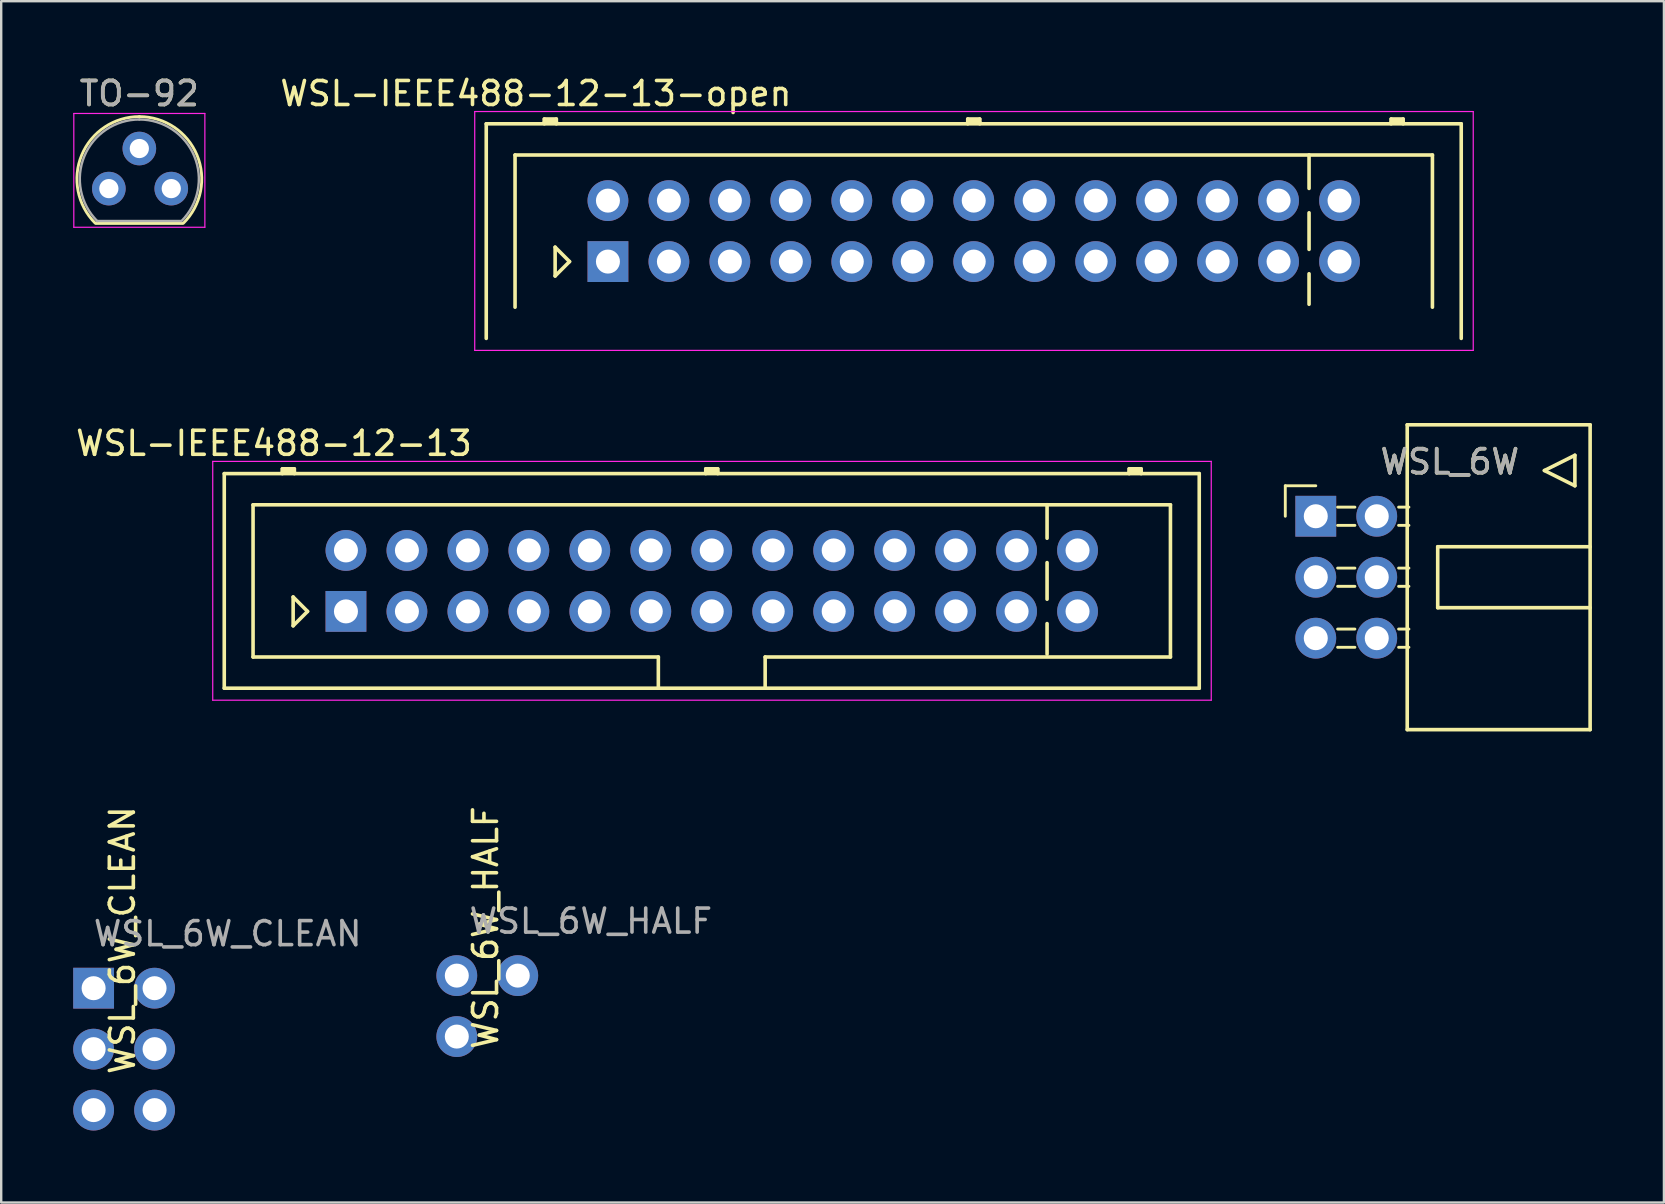
<source format=kicad_pcb>
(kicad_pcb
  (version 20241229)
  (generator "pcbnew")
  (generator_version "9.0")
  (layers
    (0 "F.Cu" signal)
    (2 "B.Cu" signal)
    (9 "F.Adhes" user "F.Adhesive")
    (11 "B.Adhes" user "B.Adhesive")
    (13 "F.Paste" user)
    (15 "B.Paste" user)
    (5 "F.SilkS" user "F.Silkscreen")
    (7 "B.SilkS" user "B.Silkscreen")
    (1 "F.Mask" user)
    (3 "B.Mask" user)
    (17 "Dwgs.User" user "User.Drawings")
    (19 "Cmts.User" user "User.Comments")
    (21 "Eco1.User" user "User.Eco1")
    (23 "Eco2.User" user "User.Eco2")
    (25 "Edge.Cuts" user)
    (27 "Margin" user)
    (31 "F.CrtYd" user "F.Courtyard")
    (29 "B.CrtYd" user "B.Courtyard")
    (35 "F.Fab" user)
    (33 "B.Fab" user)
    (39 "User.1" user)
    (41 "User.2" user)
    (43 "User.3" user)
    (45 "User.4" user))
  (footprint "WSL_6W_CLEAN"
    (layer "F.Cu")
    (at 0.85 38.12)
    (property "Reference" "WSL_6W_CLEAN" (at 1.2 -2 90) (layer "F.SilkS") (effects (font (size 1 1) (thickness 0.15))))
    (attr through_hole)
    (fp_line (start 0 -0.32) (end 0 0.32) (stroke (width 0.1) (type solid)) (layer "F.Fab"))
    (fp_line (start 0 2.22) (end 0 2.86) (stroke (width 0.1) (type solid)) (layer "F.Fab"))
    (fp_line (start 0 4.76) (end 0 5.4) (stroke (width 0.1) (type solid)) (layer "F.Fab"))
    (fp_text user "${REFERENCE}" (at 5.585 -2.27 0) (layer "F.Fab") (effects (font (size 1 1) (thickness 0.15))))
    (pad "1" thru_hole rect (at 0 0) (size 1.7 1.7) (drill 1) (layers "*.Cu" "*.Mask"))
    (pad "2" thru_hole oval (at 2.54 0) (size 1.7 1.7) (drill 1) (layers "*.Cu" "*.Mask"))
    (pad "3" thru_hole oval (at 0 2.54) (size 1.7 1.7) (drill 1) (layers "*.Cu" "*.Mask"))
    (pad "4" thru_hole oval (at 2.54 2.54) (size 1.7 1.7) (drill 1) (layers "*.Cu" "*.Mask"))
    (pad "5" thru_hole oval (at 0 5.08) (size 1.7 1.7) (drill 1) (layers "*.Cu" "*.Mask"))
    (pad "6" thru_hole oval (at 2.54 5.08) (size 1.7 1.7) (drill 1) (layers "*.Cu" "*.Mask")))
  (footprint "TO-92"
    (layer "F.Cu")
    (at 1.485 4.408)
    (property "Reference" "TO-92" (at 1.27 -3.56 0) (layer "F.SilkS") (effects (font (size 1 1) (thickness 0.15))))
    (attr through_hole)
    (fp_line (start -0.53 1.85) (end 3.07 1.85) (stroke (width 0.12) (type solid)) (layer "F.SilkS"))
    (fp_arc (start -0.568478 1.838478) (mid -1.132087 -0.994977) (end 1.27 -2.6) (stroke (width 0.12) (type solid)) (layer "F.SilkS"))
    (fp_arc (start 1.27 -2.6) (mid 3.672087 -0.994977) (end 3.108478 1.838478) (stroke (width 0.12) (type solid)) (layer "F.SilkS"))
    (fp_line (start -1.46 -2.73) (end -1.46 2.01) (stroke (width 0.05) (type solid)) (layer "F.CrtYd"))
    (fp_line (start -1.46 -2.73) (end 4 -2.73) (stroke (width 0.05) (type solid)) (layer "F.CrtYd"))
    (fp_line (start 4 2.01) (end -1.46 2.01) (stroke (width 0.05) (type solid)) (layer "F.CrtYd"))
    (fp_line (start 4 2.01) (end 4 -2.73) (stroke (width 0.05) (type solid)) (layer "F.CrtYd"))
    (fp_line (start -0.5 1.75) (end 3 1.75) (stroke (width 0.1) (type solid)) (layer "F.Fab"))
    (fp_arc (start -0.483625 1.753625) (mid -1.021221 -0.949055) (end 1.27 -2.48) (stroke (width 0.1) (type solid)) (layer "F.Fab"))
    (fp_arc (start 1.27 -2.48) (mid 3.561221 -0.949055) (end 3.023625 1.753625) (stroke (width 0.1) (type solid)) (layer "F.Fab"))
    (fp_text user "${REFERENCE}" (at 1.27 -3.56 0) (layer "F.Fab") (effects (font (size 1 1) (thickness 0.15))))
    (pad "1" thru_hole circle (at 0 0.4 90) (size 1.4 1.4) (drill 0.8) (layers "*.Cu" "*.Mask"))
    (pad "2" thru_hole circle (at 1.27 -1.27 90) (size 1.4 1.4) (drill 0.8) (layers "*.Cu" "*.Mask"))
    (pad "3" thru_hole circle (at 2.6 0.4 90) (size 1.4 1.4) (drill 0.8) (layers "*.Cu" "*.Mask")))
  (footprint "WSL-IEEE488-12-13"
    (layer "F.Cu")
    (at 11.363 22.422)
    (property "Reference" "WSL-IEEE488-12-13" (at -3 -7 0) (layer "F.SilkS") (effects (font (size 1 1) (thickness 0.15))))
    (attr through_hole)
    (fp_line (start -5.07 -5.74) (end 35.55 -5.74) (stroke (width 0.15) (type solid)) (layer "F.SilkS"))
    (fp_line (start -5.07 3.2) (end -5.07 -5.74) (stroke (width 0.15) (type solid)) (layer "F.SilkS"))
    (fp_line (start -3.87 -4.44) (end 34.35 -4.44) (stroke (width 0.15) (type solid)) (layer "F.SilkS"))
    (fp_line (start -3.87 1.9) (end -3.87 -4.44) (stroke (width 0.15) (type solid)) (layer "F.SilkS"))
    (fp_line (start -2.65 -5.94) (end -2.15 -5.94) (stroke (width 0.15) (type solid)) (layer "F.SilkS"))
    (fp_line (start -2.65 -5.84) (end -2.15 -5.84) (stroke (width 0.15) (type solid)) (layer "F.SilkS"))
    (fp_line (start -2.65 -5.74) (end -2.65 -5.94) (stroke (width 0.15) (type solid)) (layer "F.SilkS"))
    (fp_line (start -2.2 -0.6) (end -1.6 0) (stroke (width 0.15) (type solid)) (layer "F.SilkS"))
    (fp_line (start -2.2 0.6) (end -2.2 -0.6) (stroke (width 0.15) (type solid)) (layer "F.SilkS"))
    (fp_line (start -2.15 -5.94) (end -2.15 -5.74) (stroke (width 0.15) (type solid)) (layer "F.SilkS"))
    (fp_line (start -1.6 0) (end -2.2 0.6) (stroke (width 0.15) (type solid)) (layer "F.SilkS"))
    (fp_line (start 13.015 1.9) (end -3.87 1.9) (stroke (width 0.15) (type solid)) (layer "F.SilkS"))
    (fp_line (start 13.015 3.2) (end 13.015 1.9) (stroke (width 0.15) (type solid)) (layer "F.SilkS"))
    (fp_line (start 14.99 -5.94) (end 15.49 -5.94) (stroke (width 0.15) (type solid)) (layer "F.SilkS"))
    (fp_line (start 14.99 -5.84) (end 15.49 -5.84) (stroke (width 0.15) (type solid)) (layer "F.SilkS"))
    (fp_line (start 14.99 -5.74) (end 14.99 -5.94) (stroke (width 0.15) (type solid)) (layer "F.SilkS"))
    (fp_line (start 15.49 -5.94) (end 15.49 -5.74) (stroke (width 0.15) (type solid)) (layer "F.SilkS"))
    (fp_line (start 17.465 1.9) (end 17.465 3.2) (stroke (width 0.15) (type solid)) (layer "F.SilkS"))
    (fp_line (start 29.21 -4.445) (end 29.21 -3.048) (stroke (width 0.15) (type solid)) (layer "F.SilkS"))
    (fp_line (start 29.21 -0.508) (end 29.21 -2.032) (stroke (width 0.15) (type solid)) (layer "F.SilkS"))
    (fp_line (start 29.21 1.778) (end 29.21 0.508) (stroke (width 0.15) (type solid)) (layer "F.SilkS"))
    (fp_line (start 32.63 -5.94) (end 33.13 -5.94) (stroke (width 0.15) (type solid)) (layer "F.SilkS"))
    (fp_line (start 32.63 -5.84) (end 33.13 -5.84) (stroke (width 0.15) (type solid)) (layer "F.SilkS"))
    (fp_line (start 32.63 -5.74) (end 32.63 -5.94) (stroke (width 0.15) (type solid)) (layer "F.SilkS"))
    (fp_line (start 33.13 -5.94) (end 33.13 -5.74) (stroke (width 0.15) (type solid)) (layer "F.SilkS"))
    (fp_line (start 34.35 -4.44) (end 34.35 1.9) (stroke (width 0.15) (type solid)) (layer "F.SilkS"))
    (fp_line (start 34.35 1.9) (end 17.465 1.9) (stroke (width 0.15) (type solid)) (layer "F.SilkS"))
    (fp_line (start 35.55 -5.74) (end 35.55 3.2) (stroke (width 0.15) (type solid)) (layer "F.SilkS"))
    (fp_line (start 35.55 3.2) (end -5.07 3.2) (stroke (width 0.15) (type solid)) (layer "F.SilkS"))
    (fp_line (start -5.55 -6.25) (end 36.05 -6.25) (stroke (width 0.05) (type solid)) (layer "F.CrtYd"))
    (fp_line (start -5.55 3.7) (end -5.55 -6.25) (stroke (width 0.05) (type solid)) (layer "F.CrtYd"))
    (fp_line (start 36.05 -6.25) (end 36.05 3.7) (stroke (width 0.05) (type solid)) (layer "F.CrtYd"))
    (fp_line (start 36.05 3.7) (end -5.55 3.7) (stroke (width 0.05) (type solid)) (layer "F.CrtYd"))
    (pad "1" thru_hole rect (at 0 0) (size 1.7 1.7) (drill 1) (layers "*.Cu" "*.Mask"))
    (pad "2" thru_hole circle (at 2.54 0) (size 1.7 1.7) (drill 1) (layers "*.Cu" "*.Mask"))
    (pad "3" thru_hole circle (at 5.08 0) (size 1.7 1.7) (drill 1) (layers "*.Cu" "*.Mask"))
    (pad "4" thru_hole circle (at 7.62 0) (size 1.7 1.7) (drill 1) (layers "*.Cu" "*.Mask"))
    (pad "5" thru_hole circle (at 10.16 0) (size 1.7 1.7) (drill 1) (layers "*.Cu" "*.Mask"))
    (pad "6" thru_hole circle (at 12.7 0) (size 1.7 1.7) (drill 1) (layers "*.Cu" "*.Mask"))
    (pad "7" thru_hole circle (at 15.24 0) (size 1.7 1.7) (drill 1) (layers "*.Cu" "*.Mask"))
    (pad "8" thru_hole circle (at 17.78 0) (size 1.7 1.7) (drill 1) (layers "*.Cu" "*.Mask"))
    (pad "9" thru_hole circle (at 20.32 0) (size 1.7 1.7) (drill 1) (layers "*.Cu" "*.Mask"))
    (pad "10" thru_hole circle (at 22.86 0) (size 1.7 1.7) (drill 1) (layers "*.Cu" "*.Mask"))
    (pad "11" thru_hole circle (at 25.4 0) (size 1.7 1.7) (drill 1) (layers "*.Cu" "*.Mask"))
    (pad "12" thru_hole circle (at 27.94 0) (size 1.7 1.7) (drill 1) (layers "*.Cu" "*.Mask"))
    (pad "13" thru_hole circle (at 0 -2.54) (size 1.7 1.7) (drill 1) (layers "*.Cu" "*.Mask"))
    (pad "14" thru_hole circle (at 2.54 -2.54) (size 1.7 1.7) (drill 1) (layers "*.Cu" "*.Mask"))
    (pad "15" thru_hole circle (at 5.08 -2.54) (size 1.7 1.7) (drill 1) (layers "*.Cu" "*.Mask"))
    (pad "16" thru_hole circle (at 7.62 -2.54) (size 1.7 1.7) (drill 1) (layers "*.Cu" "*.Mask"))
    (pad "17" thru_hole circle (at 10.16 -2.54) (size 1.7 1.7) (drill 1) (layers "*.Cu" "*.Mask"))
    (pad "18" thru_hole circle (at 12.7 -2.54) (size 1.7 1.7) (drill 1) (layers "*.Cu" "*.Mask"))
    (pad "19" thru_hole circle (at 15.24 -2.54) (size 1.7 1.7) (drill 1) (layers "*.Cu" "*.Mask"))
    (pad "20" thru_hole circle (at 17.78 -2.54) (size 1.7 1.7) (drill 1) (layers "*.Cu" "*.Mask"))
    (pad "21" thru_hole circle (at 20.32 -2.54) (size 1.7 1.7) (drill 1) (layers "*.Cu" "*.Mask"))
    (pad "22" thru_hole circle (at 22.86 -2.54) (size 1.7 1.7) (drill 1) (layers "*.Cu" "*.Mask"))
    (pad "23" thru_hole circle (at 25.4 -2.54) (size 1.7 1.7) (drill 1) (layers "*.Cu" "*.Mask"))
    (pad "24" thru_hole circle (at 27.94 -2.54) (size 1.7 1.7) (drill 1) (layers "*.Cu" "*.Mask"))
    (pad "25" thru_hole circle (at 30.48 0) (size 1.7 1.7) (drill 1) (layers "*.Cu" "*.Mask"))
    (pad "26" thru_hole circle (at 30.48 -2.54) (size 1.7 1.7) (drill 1) (layers "*.Cu" "*.Mask")))
  (footprint "WSL-IEEE488-12-13-open"
    (layer "F.Cu")
    (at 22.278 7.848)
    (property "Reference" "WSL-IEEE488-12-13-open" (at -3 -7 0) (layer "F.SilkS") (effects (font (size 1 1) (thickness 0.15))))
    (attr through_hole)
    (fp_line (start -5.07 -5.74) (end 35.55 -5.74) (stroke (width 0.15) (type solid)) (layer "F.SilkS"))
    (fp_line (start -5.07 3.2) (end -5.07 -5.74) (stroke (width 0.15) (type solid)) (layer "F.SilkS"))
    (fp_line (start -3.87 -4.44) (end 34.35 -4.44) (stroke (width 0.15) (type solid)) (layer "F.SilkS"))
    (fp_line (start -3.87 1.9) (end -3.87 -4.44) (stroke (width 0.15) (type solid)) (layer "F.SilkS"))
    (fp_line (start -2.65 -5.94) (end -2.15 -5.94) (stroke (width 0.15) (type solid)) (layer "F.SilkS"))
    (fp_line (start -2.65 -5.84) (end -2.15 -5.84) (stroke (width 0.15) (type solid)) (layer "F.SilkS"))
    (fp_line (start -2.65 -5.74) (end -2.65 -5.94) (stroke (width 0.15) (type solid)) (layer "F.SilkS"))
    (fp_line (start -2.2 -0.6) (end -1.6 0) (stroke (width 0.15) (type solid)) (layer "F.SilkS"))
    (fp_line (start -2.2 0.6) (end -2.2 -0.6) (stroke (width 0.15) (type solid)) (layer "F.SilkS"))
    (fp_line (start -2.15 -5.94) (end -2.15 -5.74) (stroke (width 0.15) (type solid)) (layer "F.SilkS"))
    (fp_line (start -1.6 0) (end -2.2 0.6) (stroke (width 0.15) (type solid)) (layer "F.SilkS"))
    (fp_line (start 14.99 -5.94) (end 15.49 -5.94) (stroke (width 0.15) (type solid)) (layer "F.SilkS"))
    (fp_line (start 14.99 -5.84) (end 15.49 -5.84) (stroke (width 0.15) (type solid)) (layer "F.SilkS"))
    (fp_line (start 14.99 -5.74) (end 14.99 -5.94) (stroke (width 0.15) (type solid)) (layer "F.SilkS"))
    (fp_line (start 15.49 -5.94) (end 15.49 -5.74) (stroke (width 0.15) (type solid)) (layer "F.SilkS"))
    (fp_line (start 29.21 -4.445) (end 29.21 -3.048) (stroke (width 0.15) (type solid)) (layer "F.SilkS"))
    (fp_line (start 29.21 -0.508) (end 29.21 -2.032) (stroke (width 0.15) (type solid)) (layer "F.SilkS"))
    (fp_line (start 29.21 1.778) (end 29.21 0.508) (stroke (width 0.15) (type solid)) (layer "F.SilkS"))
    (fp_line (start 32.63 -5.94) (end 33.13 -5.94) (stroke (width 0.15) (type solid)) (layer "F.SilkS"))
    (fp_line (start 32.63 -5.84) (end 33.13 -5.84) (stroke (width 0.15) (type solid)) (layer "F.SilkS"))
    (fp_line (start 32.63 -5.74) (end 32.63 -5.94) (stroke (width 0.15) (type solid)) (layer "F.SilkS"))
    (fp_line (start 33.13 -5.94) (end 33.13 -5.74) (stroke (width 0.15) (type solid)) (layer "F.SilkS"))
    (fp_line (start 34.35 -4.44) (end 34.35 1.9) (stroke (width 0.15) (type solid)) (layer "F.SilkS"))
    (fp_line (start 35.55 -5.74) (end 35.55 3.2) (stroke (width 0.15) (type solid)) (layer "F.SilkS"))
    (fp_line (start -5.55 -6.25) (end 36.05 -6.25) (stroke (width 0.05) (type solid)) (layer "F.CrtYd"))
    (fp_line (start -5.55 3.7) (end -5.55 -6.25) (stroke (width 0.05) (type solid)) (layer "F.CrtYd"))
    (fp_line (start 36.05 -6.25) (end 36.05 3.7) (stroke (width 0.05) (type solid)) (layer "F.CrtYd"))
    (fp_line (start 36.05 3.7) (end -5.55 3.7) (stroke (width 0.05) (type solid)) (layer "F.CrtYd"))
    (pad "1" thru_hole rect (at 0 0) (size 1.7 1.7) (drill 1) (layers "*.Cu" "*.Mask"))
    (pad "2" thru_hole circle (at 2.54 0) (size 1.7 1.7) (drill 1) (layers "*.Cu" "*.Mask"))
    (pad "3" thru_hole circle (at 5.08 0) (size 1.7 1.7) (drill 1) (layers "*.Cu" "*.Mask"))
    (pad "4" thru_hole circle (at 7.62 0) (size 1.7 1.7) (drill 1) (layers "*.Cu" "*.Mask"))
    (pad "5" thru_hole circle (at 10.16 0) (size 1.7 1.7) (drill 1) (layers "*.Cu" "*.Mask"))
    (pad "6" thru_hole circle (at 12.7 0) (size 1.7 1.7) (drill 1) (layers "*.Cu" "*.Mask"))
    (pad "7" thru_hole circle (at 15.24 0) (size 1.7 1.7) (drill 1) (layers "*.Cu" "*.Mask"))
    (pad "8" thru_hole circle (at 17.78 0) (size 1.7 1.7) (drill 1) (layers "*.Cu" "*.Mask"))
    (pad "9" thru_hole circle (at 20.32 0) (size 1.7 1.7) (drill 1) (layers "*.Cu" "*.Mask"))
    (pad "10" thru_hole circle (at 22.86 0) (size 1.7 1.7) (drill 1) (layers "*.Cu" "*.Mask"))
    (pad "11" thru_hole circle (at 25.4 0) (size 1.7 1.7) (drill 1) (layers "*.Cu" "*.Mask"))
    (pad "12" thru_hole circle (at 27.94 0) (size 1.7 1.7) (drill 1) (layers "*.Cu" "*.Mask"))
    (pad "13" thru_hole circle (at 0 -2.54) (size 1.7 1.7) (drill 1) (layers "*.Cu" "*.Mask"))
    (pad "14" thru_hole circle (at 2.54 -2.54) (size 1.7 1.7) (drill 1) (layers "*.Cu" "*.Mask"))
    (pad "15" thru_hole circle (at 5.08 -2.54) (size 1.7 1.7) (drill 1) (layers "*.Cu" "*.Mask"))
    (pad "16" thru_hole circle (at 7.62 -2.54) (size 1.7 1.7) (drill 1) (layers "*.Cu" "*.Mask"))
    (pad "17" thru_hole circle (at 10.16 -2.54) (size 1.7 1.7) (drill 1) (layers "*.Cu" "*.Mask"))
    (pad "18" thru_hole circle (at 12.7 -2.54) (size 1.7 1.7) (drill 1) (layers "*.Cu" "*.Mask"))
    (pad "19" thru_hole circle (at 15.24 -2.54) (size 1.7 1.7) (drill 1) (layers "*.Cu" "*.Mask"))
    (pad "20" thru_hole circle (at 17.78 -2.54) (size 1.7 1.7) (drill 1) (layers "*.Cu" "*.Mask"))
    (pad "21" thru_hole circle (at 20.32 -2.54) (size 1.7 1.7) (drill 1) (layers "*.Cu" "*.Mask"))
    (pad "22" thru_hole circle (at 22.86 -2.54) (size 1.7 1.7) (drill 1) (layers "*.Cu" "*.Mask"))
    (pad "23" thru_hole circle (at 25.4 -2.54) (size 1.7 1.7) (drill 1) (layers "*.Cu" "*.Mask"))
    (pad "24" thru_hole circle (at 27.94 -2.54) (size 1.7 1.7) (drill 1) (layers "*.Cu" "*.Mask"))
    (pad "25" thru_hole circle (at 30.48 0) (size 1.7 1.7) (drill 1) (layers "*.Cu" "*.Mask"))
    (pad "26" thru_hole circle (at 30.48 -2.54) (size 1.7 1.7) (drill 1) (layers "*.Cu" "*.Mask")))
  (footprint "WSL_6W"
    (layer "F.Cu")
    (at 51.768 18.458)
    (property "Reference" "WSL_6W" (at 5.585 -2.27 0) (layer "F.SilkS") (effects (font (size 1 1) (thickness 0.15))))
    (attr through_hole)
    (fp_line (start -1.27 -1.27) (end 0 -1.27) (stroke (width 0.12) (type solid)) (layer "F.SilkS"))
    (fp_line (start -1.27 0) (end -1.27 -1.27) (stroke (width 0.12) (type solid)) (layer "F.SilkS"))
    (fp_line (start 0.91 -0.38) (end 1.63 -0.38) (stroke (width 0.12) (type solid)) (layer "F.SilkS"))
    (fp_line (start 0.91 0.38) (end 1.63 0.38) (stroke (width 0.12) (type solid)) (layer "F.SilkS"))
    (fp_line (start 0.91 2.16) (end 1.63 2.16) (stroke (width 0.12) (type solid)) (layer "F.SilkS"))
    (fp_line (start 0.91 2.92) (end 1.63 2.92) (stroke (width 0.12) (type solid)) (layer "F.SilkS"))
    (fp_line (start 0.91 4.7) (end 1.63 4.7) (stroke (width 0.12) (type solid)) (layer "F.SilkS"))
    (fp_line (start 0.91 5.46) (end 1.63 5.46) (stroke (width 0.12) (type solid)) (layer "F.SilkS"))
    (fp_line (start 3.45 -0.38) (end 3.88 -0.38) (stroke (width 0.12) (type solid)) (layer "F.SilkS"))
    (fp_line (start 3.45 0.38) (end 3.88 0.38) (stroke (width 0.12) (type solid)) (layer "F.SilkS"))
    (fp_line (start 3.45 2.16) (end 3.88 2.16) (stroke (width 0.12) (type solid)) (layer "F.SilkS"))
    (fp_line (start 3.45 2.92) (end 3.88 2.92) (stroke (width 0.12) (type solid)) (layer "F.SilkS"))
    (fp_line (start 3.45 4.7) (end 3.88 4.7) (stroke (width 0.12) (type solid)) (layer "F.SilkS"))
    (fp_line (start 3.45 5.46) (end 3.88 5.46) (stroke (width 0.12) (type solid)) (layer "F.SilkS"))
    (fp_line (start 3.81 -3.81) (end 3.81 8.89) (stroke (width 0.15) (type solid)) (layer "F.SilkS"))
    (fp_line (start 3.81 8.89) (end 11.43 8.89) (stroke (width 0.15) (type solid)) (layer "F.SilkS"))
    (fp_line (start 5.08 1.27) (end 5.08 3.81) (stroke (width 0.15) (type solid)) (layer "F.SilkS"))
    (fp_line (start 5.08 3.81) (end 11.43 3.81) (stroke (width 0.15) (type solid)) (layer "F.SilkS"))
    (fp_line (start 9.525 -1.905) (end 10.795 -2.54) (stroke (width 0.15) (type solid)) (layer "F.SilkS"))
    (fp_line (start 10.795 -2.54) (end 10.795 -1.27) (stroke (width 0.15) (type solid)) (layer "F.SilkS"))
    (fp_line (start 10.795 -1.27) (end 9.525 -1.905) (stroke (width 0.15) (type solid)) (layer "F.SilkS"))
    (fp_line (start 11.43 -3.81) (end 3.81 -3.81) (stroke (width 0.15) (type solid)) (layer "F.SilkS"))
    (fp_line (start 11.43 1.27) (end 5.08 1.27) (stroke (width 0.15) (type solid)) (layer "F.SilkS"))
    (fp_line (start 11.43 8.89) (end 11.43 -3.81) (stroke (width 0.15) (type solid)) (layer "F.SilkS"))
    (fp_line (start 0 -0.32) (end 0 0.32) (stroke (width 0.1) (type solid)) (layer "F.Fab"))
    (fp_line (start 0 2.22) (end 0 2.86) (stroke (width 0.1) (type solid)) (layer "F.Fab"))
    (fp_line (start 0 4.76) (end 0 5.4) (stroke (width 0.1) (type solid)) (layer "F.Fab"))
    (fp_text user "${REFERENCE}" (at 5.585 -2.27 0) (layer "F.Fab") (effects (font (size 1 1) (thickness 0.15))))
    (pad "1" thru_hole rect (at 0 0) (size 1.7 1.7) (drill 1) (layers "*.Cu" "*.Mask"))
    (pad "2" thru_hole oval (at 2.54 0) (size 1.7 1.7) (drill 1) (layers "*.Cu" "*.Mask"))
    (pad "3" thru_hole oval (at 0 2.54) (size 1.7 1.7) (drill 1) (layers "*.Cu" "*.Mask"))
    (pad "4" thru_hole oval (at 2.54 2.54) (size 1.7 1.7) (drill 1) (layers "*.Cu" "*.Mask"))
    (pad "5" thru_hole oval (at 0 5.08) (size 1.7 1.7) (drill 1) (layers "*.Cu" "*.Mask"))
    (pad "6" thru_hole oval (at 2.54 5.08) (size 1.7 1.7) (drill 1) (layers "*.Cu" "*.Mask")))
  (footprint "WSL_6W_HALF"
    (layer "F.Cu")
    (at 15.981 37.596)
    (property "Reference" "WSL_6W_HALF" (at 1.2 -2 90) (layer "F.SilkS") (effects (font (size 1 1) (thickness 0.15))))
    (attr through_hole)
    (fp_text user "${REFERENCE}" (at 5.585 -2.27 0) (layer "F.Fab") (effects (font (size 1 1) (thickness 0.15))))
    (pad "1" thru_hole circle (at 0 0) (size 1.7 1.7) (drill 1) (layers "*.Cu" "*.Mask"))
    (pad "2" thru_hole oval (at 2.54 0) (size 1.7 1.7) (drill 1) (layers "*.Cu" "*.Mask"))
    (pad "3" thru_hole oval (at 0 2.54) (size 1.7 1.7) (drill 1) (layers "*.Cu" "*.Mask")))
  (gr_rect
    (start -3 -3)
    (end 66.273 47.05)
    (stroke (width 0.1) (type default))
    (fill no)
    (layer "Edge.Cuts")))
</source>
